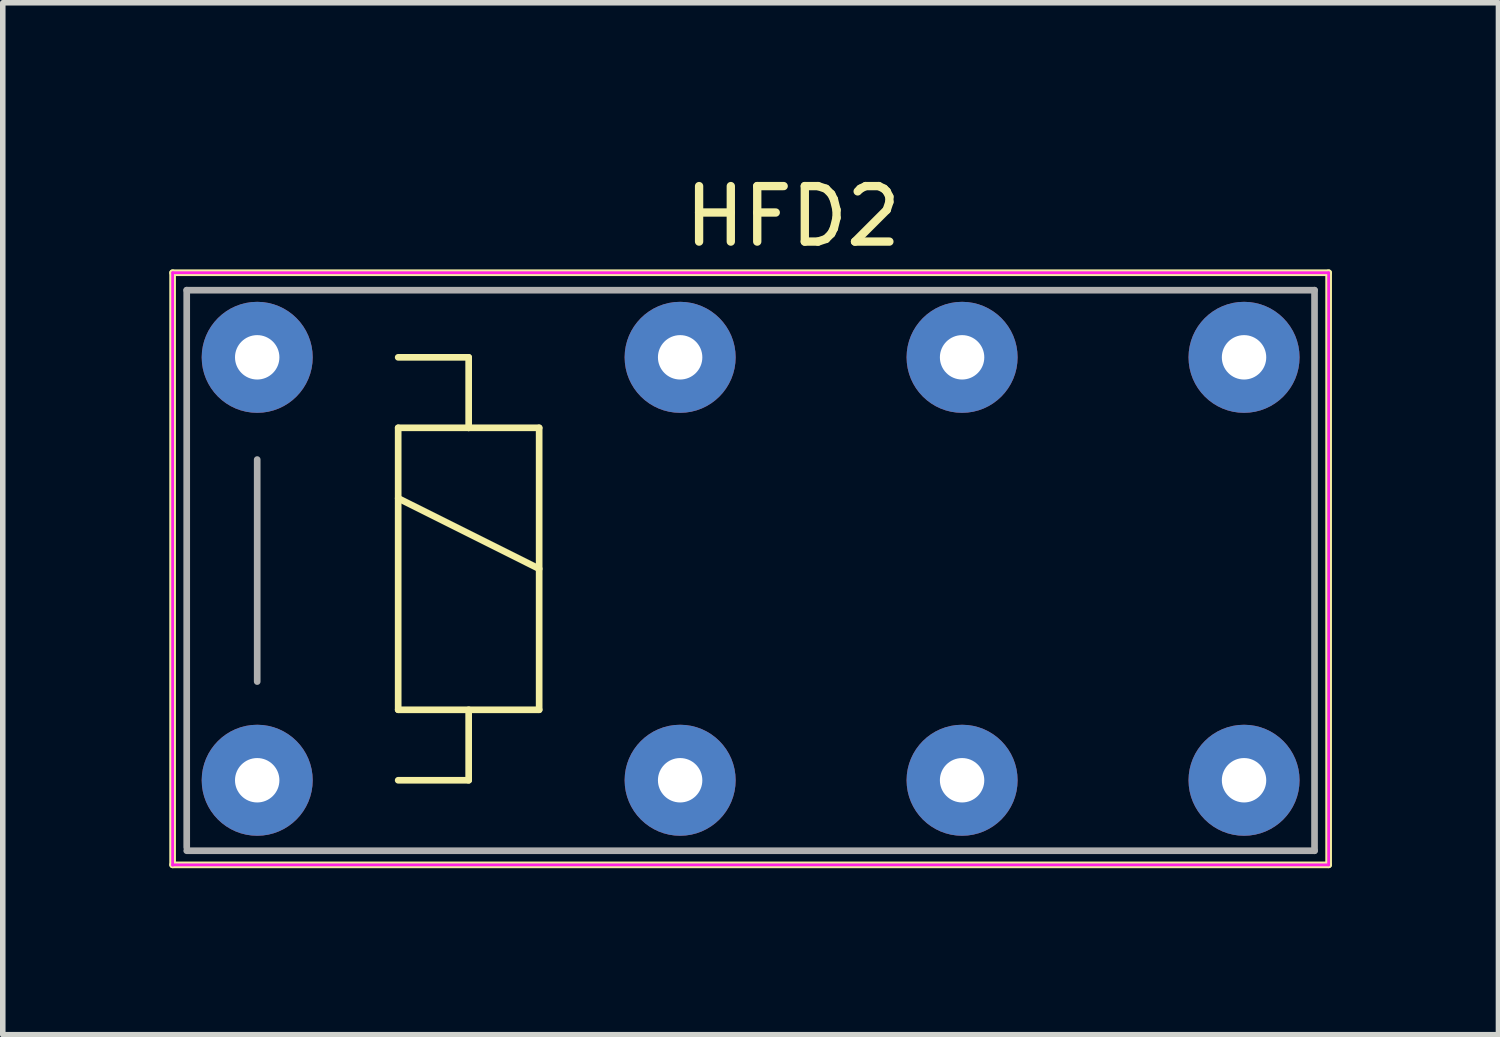
<source format=kicad_pcb>
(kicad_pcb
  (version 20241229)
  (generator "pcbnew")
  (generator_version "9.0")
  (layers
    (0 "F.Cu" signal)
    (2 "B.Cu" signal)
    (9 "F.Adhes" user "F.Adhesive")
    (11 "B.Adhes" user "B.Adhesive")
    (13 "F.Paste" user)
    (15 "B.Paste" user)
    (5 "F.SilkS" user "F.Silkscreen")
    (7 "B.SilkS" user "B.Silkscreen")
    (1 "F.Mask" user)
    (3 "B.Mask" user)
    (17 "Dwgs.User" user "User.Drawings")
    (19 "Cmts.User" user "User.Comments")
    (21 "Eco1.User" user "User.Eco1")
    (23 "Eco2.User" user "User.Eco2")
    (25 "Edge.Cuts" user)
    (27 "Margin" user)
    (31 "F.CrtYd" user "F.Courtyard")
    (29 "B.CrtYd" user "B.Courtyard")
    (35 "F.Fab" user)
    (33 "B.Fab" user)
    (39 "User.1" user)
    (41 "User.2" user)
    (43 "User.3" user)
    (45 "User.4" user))
  (footprint "HFD2"
    (layer "F.Cu")
    (at 11.236 7.198)
    (property "Reference" "HFD2" (at 0 -6.35 0) (layer "F.SilkS") (effects (font (size 1 1) (thickness 0.15))))
    (attr through_hole)
    (fp_line (start -11.176 -5.334) (end 9.652 -5.334) (stroke (width 0.12) (type solid)) (layer "F.SilkS"))
    (fp_line (start -11.176 5.334) (end -11.176 -5.334) (stroke (width 0.12) (type solid)) (layer "F.SilkS"))
    (fp_line (start -7.112 -3.81) (end -5.842 -3.81) (stroke (width 0.12) (type solid)) (layer "F.SilkS"))
    (fp_line (start -7.112 -2.54) (end -5.842 -2.54) (stroke (width 0.12) (type solid)) (layer "F.SilkS"))
    (fp_line (start -7.112 -1.27) (end -4.572 0) (stroke (width 0.12) (type solid)) (layer "F.SilkS"))
    (fp_line (start -7.112 2.54) (end -7.112 -2.54) (stroke (width 0.12) (type solid)) (layer "F.SilkS"))
    (fp_line (start -5.842 -3.81) (end -5.842 -2.54) (stroke (width 0.12) (type solid)) (layer "F.SilkS"))
    (fp_line (start -5.842 -2.54) (end -4.572 -2.54) (stroke (width 0.12) (type solid)) (layer "F.SilkS"))
    (fp_line (start -5.842 2.54) (end -5.842 3.81) (stroke (width 0.12) (type solid)) (layer "F.SilkS"))
    (fp_line (start -5.842 3.81) (end -7.112 3.81) (stroke (width 0.12) (type solid)) (layer "F.SilkS"))
    (fp_line (start -4.572 -2.54) (end -4.572 2.54) (stroke (width 0.12) (type solid)) (layer "F.SilkS"))
    (fp_line (start -4.572 2.54) (end -7.112 2.54) (stroke (width 0.12) (type solid)) (layer "F.SilkS"))
    (fp_line (start 9.652 -5.334) (end 9.652 5.334) (stroke (width 0.12) (type solid)) (layer "F.SilkS"))
    (fp_line (start 9.652 5.334) (end -11.176 5.334) (stroke (width 0.12) (type solid)) (layer "F.SilkS"))
    (fp_line (start -11.176 -5.334) (end 9.652 -5.334) (stroke (width 0.05) (type solid)) (layer "F.CrtYd"))
    (fp_line (start -11.176 5.34) (end -11.176 -5.334) (stroke (width 0.05) (type solid)) (layer "F.CrtYd"))
    (fp_line (start 9.652 -5.334) (end 9.652 5.334) (stroke (width 0.05) (type solid)) (layer "F.CrtYd"))
    (fp_line (start 9.652 5.334) (end -11.176 5.334) (stroke (width 0.05) (type solid)) (layer "F.CrtYd"))
    (fp_line (start -10.922 -5.02) (end 9.398 -5.02) (stroke (width 0.12) (type solid)) (layer "F.Fab"))
    (fp_line (start -10.922 5.02) (end -10.922 -5.02) (stroke (width 0.12) (type solid)) (layer "F.Fab"))
    (fp_line (start -9.652 -1.968) (end -9.652 2.032) (stroke (width 0.12) (type solid)) (layer "F.Fab"))
    (fp_line (start 9.398 -5.02) (end 9.398 5.08) (stroke (width 0.12) (type solid)) (layer "F.Fab"))
    (fp_line (start 9.398 5.08) (end -10.922 5.08) (stroke (width 0.12) (type solid)) (layer "F.Fab"))
    (pad "1" thru_hole circle (at -9.652 3.81) (size 2 2) (drill 0.8) (layers "*.Cu" "*.Mask"))
    (pad "3" thru_hole circle (at 8.128 3.81) (size 2 2) (drill 0.8) (layers "*.Cu" "*.Mask"))
    (pad "4" thru_hole circle (at -2.032 3.81) (size 2 2) (drill 0.8) (layers "*.Cu" "*.Mask"))
    (pad "5" thru_hole circle (at 3.048 3.81) (size 2 2) (drill 0.8) (layers "*.Cu" "*.Mask"))
    (pad "8" thru_hole circle (at 3.048 -3.81) (size 2 2) (drill 0.8) (layers "*.Cu" "*.Mask"))
    (pad "9" thru_hole circle (at -2.032 -3.81) (size 2 2) (drill 0.8) (layers "*.Cu" "*.Mask"))
    (pad "10" thru_hole circle (at 8.128 -3.81) (size 2 2) (drill 0.8) (layers "*.Cu" "*.Mask"))
    (pad "12" thru_hole circle (at -9.652 -3.81) (size 2 2) (drill 0.8) (layers "*.Cu" "*.Mask")))
  (gr_rect
    (start -3 -3)
    (end 23.948 15.592)
    (stroke (width 0.1) (type default))
    (fill no)
    (layer "Edge.Cuts")))
</source>
